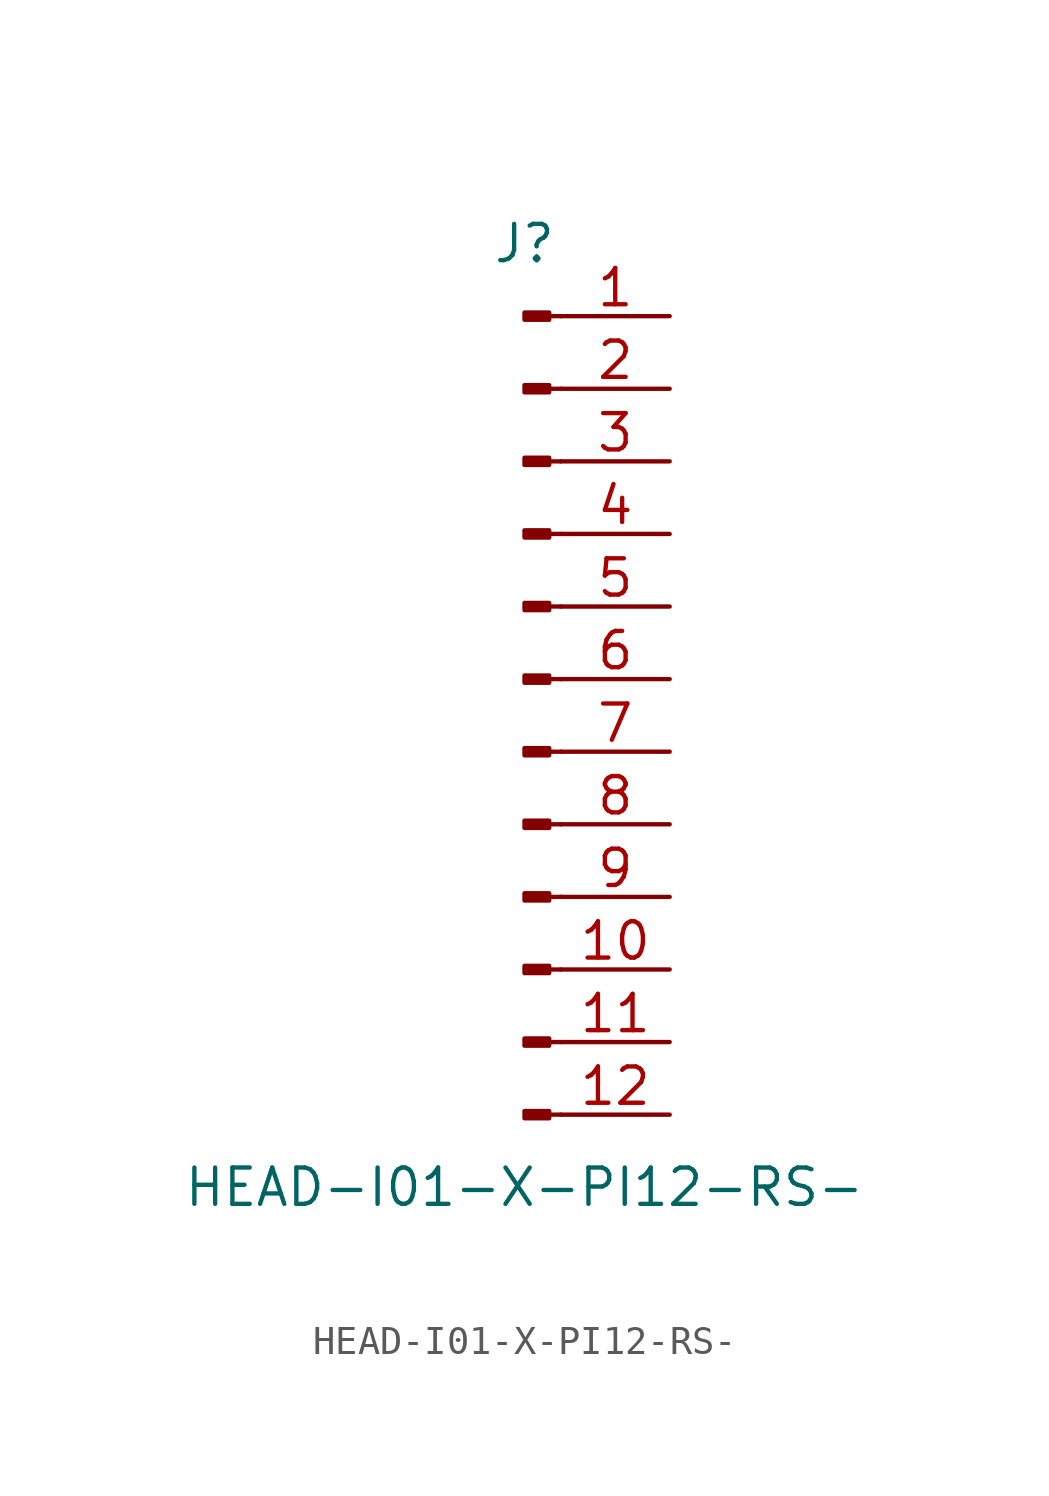
<source format=kicad_sym>
(kicad_symbol_lib
  (version 20211014)
  (generator kicad_symbol_editor)
  (symbol "HEAD-I01-X-PI12-RS-"
    (pin_names
      (offset 1.016) hide)
    (property "Reference" "J"
      (at 0 15.24 0)
      (effects (font (size 1.27 1.27))))
    (property "Value" "HEAD-I01-X-PI12-RS-"
      (at 0 -17.78 0)
      (effects (font (size 1.27 1.27))))
    (symbol "HEAD-I01-X-PI12-RS-_1_1"
      (polyline (pts (xy 1.27 -15.24) (xy 0.864 -15.24)) (stroke (width 0.152) (type default) (color 0 0 0 0)) (fill (type none)))
      (polyline (pts (xy 1.27 -12.7) (xy 0.864 -12.7)) (stroke (width 0.152) (type default) (color 0 0 0 0)) (fill (type none)))
      (polyline (pts (xy 1.27 -10.16) (xy 0.864 -10.16)) (stroke (width 0.152) (type default) (color 0 0 0 0)) (fill (type none)))
      (polyline (pts (xy 1.27 -7.62) (xy 0.864 -7.62)) (stroke (width 0.152) (type default) (color 0 0 0 0)) (fill (type none)))
      (polyline (pts (xy 1.27 -5.08) (xy 0.864 -5.08)) (stroke (width 0.152) (type default) (color 0 0 0 0)) (fill (type none)))
      (polyline (pts (xy 1.27 -2.54) (xy 0.864 -2.54)) (stroke (width 0.152) (type default) (color 0 0 0 0)) (fill (type none)))
      (polyline (pts (xy 1.27 0) (xy 0.864 0)) (stroke (width 0.152) (type default) (color 0 0 0 0)) (fill (type none)))
      (polyline (pts (xy 1.27 2.54) (xy 0.864 2.54)) (stroke (width 0.152) (type default) (color 0 0 0 0)) (fill (type none)))
      (polyline (pts (xy 1.27 5.08) (xy 0.864 5.08)) (stroke (width 0.152) (type default) (color 0 0 0 0)) (fill (type none)))
      (polyline (pts (xy 1.27 7.62) (xy 0.864 7.62)) (stroke (width 0.152) (type default) (color 0 0 0 0)) (fill (type none)))
      (polyline (pts (xy 1.27 10.16) (xy 0.864 10.16)) (stroke (width 0.152) (type default) (color 0 0 0 0)) (fill (type none)))
      (polyline (pts (xy 1.27 12.7) (xy 0.864 12.7)) (stroke (width 0.152) (type default) (color 0 0 0 0)) (fill (type none)))
      (rectangle (start 0.864 -15.113) (end 0 -15.367) (stroke (width 0.152) (type default) (color 0 0 0 0)) (fill (type outline)))
      (rectangle (start 0.864 -12.573) (end 0 -12.827) (stroke (width 0.152) (type default) (color 0 0 0 0)) (fill (type outline)))
      (rectangle (start 0.864 -10.033) (end 0 -10.287) (stroke (width 0.152) (type default) (color 0 0 0 0)) (fill (type outline)))
      (rectangle (start 0.864 -7.493) (end 0 -7.747) (stroke (width 0.152) (type default) (color 0 0 0 0)) (fill (type outline)))
      (rectangle (start 0.864 -4.953) (end 0 -5.207) (stroke (width 0.152) (type default) (color 0 0 0 0)) (fill (type outline)))
      (rectangle (start 0.864 -2.413) (end 0 -2.667) (stroke (width 0.152) (type default) (color 0 0 0 0)) (fill (type outline)))
      (rectangle (start 0.864 0.127) (end 0 -0.127) (stroke (width 0.152) (type default) (color 0 0 0 0)) (fill (type outline)))
      (rectangle (start 0.864 2.667) (end 0 2.413) (stroke (width 0.152) (type default) (color 0 0 0 0)) (fill (type outline)))
      (rectangle (start 0.864 5.207) (end 0 4.953) (stroke (width 0.152) (type default) (color 0 0 0 0)) (fill (type outline)))
      (rectangle (start 0.864 7.747) (end 0 7.493) (stroke (width 0.152) (type default) (color 0 0 0 0)) (fill (type outline)))
      (rectangle (start 0.864 10.287) (end 0 10.033) (stroke (width 0.152) (type default) (color 0 0 0 0)) (fill (type outline)))
      (rectangle (start 0.864 12.827) (end 0 12.573) (stroke (width 0.152) (type default) (color 0 0 0 0)) (fill (type outline)))
      (pin passive line (at 5.08 12.7 180) (length 3.81) (name "Pin_1" (effects (font (size 1.27 1.27)))) (number "1" (effects (font (size 1.27 1.27)))))
      (pin passive line (at 5.08 -10.16 180) (length 3.81) (name "Pin_10" (effects (font (size 1.27 1.27)))) (number "10" (effects (font (size 1.27 1.27)))))
      (pin passive line (at 5.08 -12.7 180) (length 3.81) (name "Pin_11" (effects (font (size 1.27 1.27)))) (number "11" (effects (font (size 1.27 1.27)))))
      (pin passive line (at 5.08 -15.24 180) (length 3.81) (name "Pin_12" (effects (font (size 1.27 1.27)))) (number "12" (effects (font (size 1.27 1.27)))))
      (pin passive line (at 5.08 10.16 180) (length 3.81) (name "Pin_2" (effects (font (size 1.27 1.27)))) (number "2" (effects (font (size 1.27 1.27)))))
      (pin passive line (at 5.08 7.62 180) (length 3.81) (name "Pin_3" (effects (font (size 1.27 1.27)))) (number "3" (effects (font (size 1.27 1.27)))))
      (pin passive line (at 5.08 5.08 180) (length 3.81) (name "Pin_4" (effects (font (size 1.27 1.27)))) (number "4" (effects (font (size 1.27 1.27)))))
      (pin passive line (at 5.08 2.54 180) (length 3.81) (name "Pin_5" (effects (font (size 1.27 1.27)))) (number "5" (effects (font (size 1.27 1.27)))))
      (pin passive line (at 5.08 0 180) (length 3.81) (name "Pin_6" (effects (font (size 1.27 1.27)))) (number "6" (effects (font (size 1.27 1.27)))))
      (pin passive line (at 5.08 -2.54 180) (length 3.81) (name "Pin_7" (effects (font (size 1.27 1.27)))) (number "7" (effects (font (size 1.27 1.27)))))
      (pin passive line (at 5.08 -5.08 180) (length 3.81) (name "Pin_8" (effects (font (size 1.27 1.27)))) (number "8" (effects (font (size 1.27 1.27)))))
      (pin passive line (at 5.08 -7.62 180) (length 3.81) (name "Pin_9" (effects (font (size 1.27 1.27)))) (number "9" (effects (font (size 1.27 1.27))))))))
</source>
